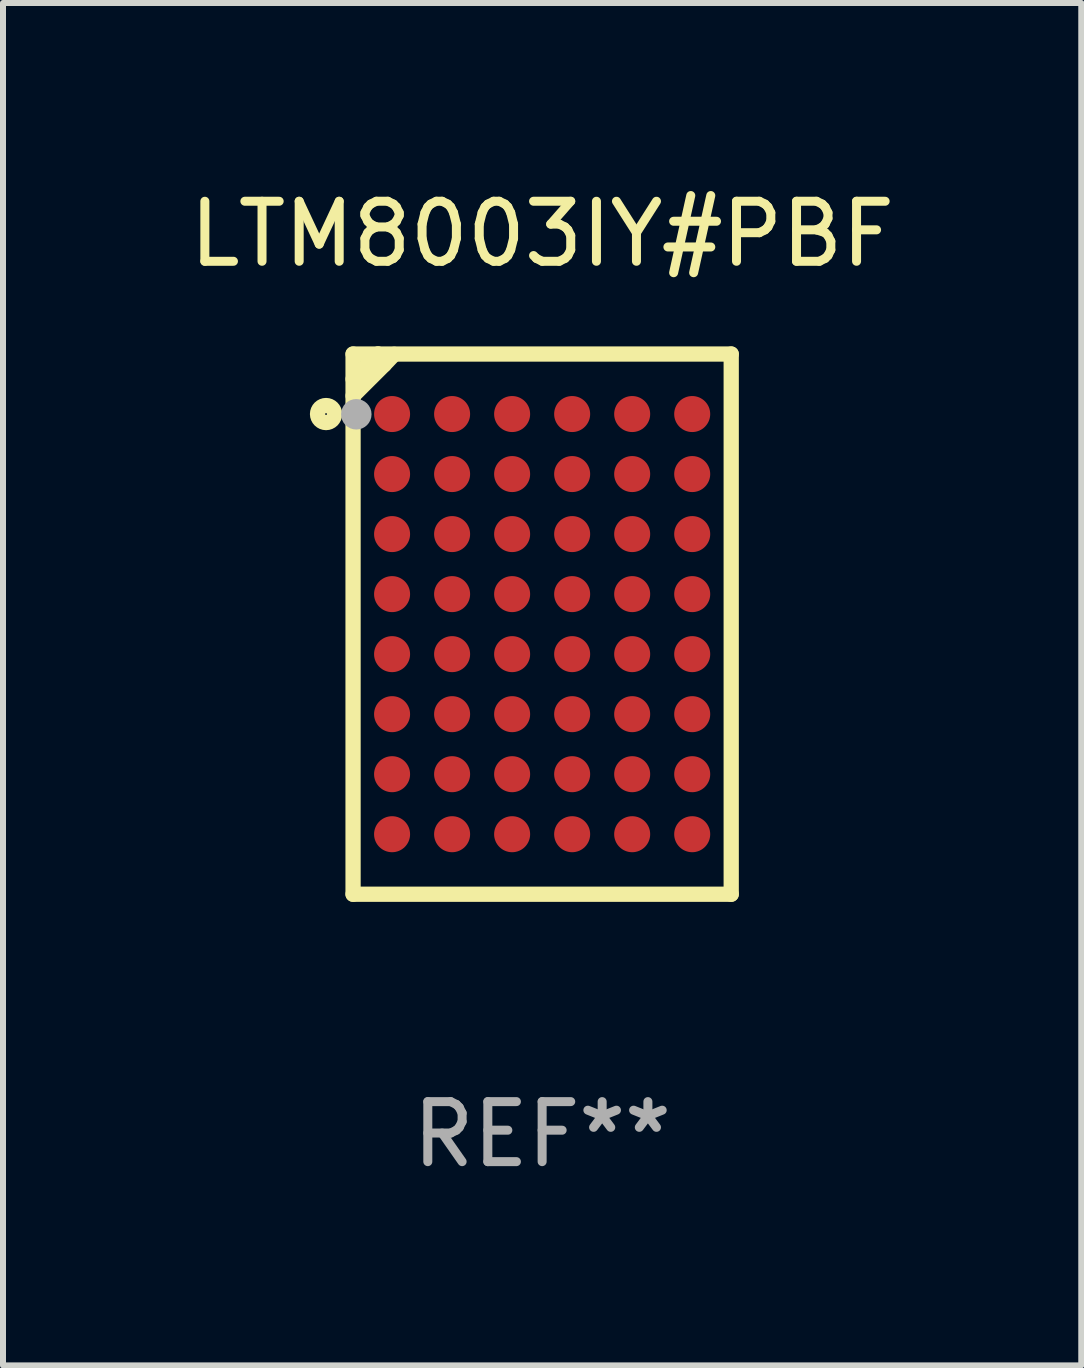
<source format=kicad_pcb>
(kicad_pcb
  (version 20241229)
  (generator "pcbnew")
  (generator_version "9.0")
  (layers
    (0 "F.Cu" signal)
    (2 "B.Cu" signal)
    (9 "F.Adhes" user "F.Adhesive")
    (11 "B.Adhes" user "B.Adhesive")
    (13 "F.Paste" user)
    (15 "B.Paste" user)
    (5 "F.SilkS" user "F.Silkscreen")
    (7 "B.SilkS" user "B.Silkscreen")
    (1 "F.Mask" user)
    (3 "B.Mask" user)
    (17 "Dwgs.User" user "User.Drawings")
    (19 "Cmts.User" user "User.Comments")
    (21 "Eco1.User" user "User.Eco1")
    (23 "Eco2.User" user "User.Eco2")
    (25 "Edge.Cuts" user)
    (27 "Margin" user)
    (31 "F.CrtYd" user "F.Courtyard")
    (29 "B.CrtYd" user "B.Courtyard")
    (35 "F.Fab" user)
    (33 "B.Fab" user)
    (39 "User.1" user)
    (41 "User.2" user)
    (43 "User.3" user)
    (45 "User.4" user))
  (footprint "LTM8003IY#PBF"
    (layer "F.Cu")
    (at 5.982 7.348)
    (property "Reference" "LTM8003IY#PBF" (at 0 -6.5 0) (layer "F.SilkS") (effects (font (size 1 1) (thickness 0.15))))
    (attr through_hole)
    (fp_line (start -3.15 -4.5) (end -3.15 4.5) (stroke (width 0.254) (type solid)) (layer "F.SilkS"))
    (fp_line (start -2.734 -4.5) (end -2.734 -4.499) (stroke (width 0.254) (type solid)) (layer "F.SilkS"))
    (fp_line (start -2.734 -4.499) (end -3.15 -4.082) (stroke (width 0.254) (type solid)) (layer "F.SilkS"))
    (fp_line (start -2.631 -4.321) (end -3.15 -3.803) (stroke (width 0.254) (type solid)) (layer "F.SilkS"))
    (fp_line (start -2.464 -4.496) (end -2.631 -4.321) (stroke (width 0.254) (type solid)) (layer "F.SilkS"))
    (fp_line (start 3.15 -4.5) (end -3.15 -4.5) (stroke (width 0.254) (type solid)) (layer "F.SilkS"))
    (fp_line (start 3.15 -4.5) (end 3.15 4.5) (stroke (width 0.254) (type solid)) (layer "F.SilkS"))
    (fp_line (start 3.15 4.5) (end -3.15 4.5) (stroke (width 0.254) (type solid)) (layer "F.SilkS"))
    (fp_circle (center -3.6 -3.5) (end -3.458 -3.5) (stroke (width 0.254) (type solid)) (fill no) (layer "F.SilkS"))
    (fp_circle (center -3.1 -4.45) (end -3.05 -4.45) (stroke (width 0.1) (type solid)) (fill no) (layer "F.SilkS"))
    (fp_circle (center -3.096 -3.496) (end -2.969 -3.496) (stroke (width 0.254) (type solid)) (fill no) (layer "F.Fab"))
    (fp_text user "REF**" (at 0 8.5 0) (layer "F.Fab") (effects (font (size 1 1) (thickness 0.15))))
    (pad "A1" smd circle (at -2.5 -3.5) (size 0.6 0.6) (layers "F.Cu" "F.Mask" "F.Paste"))
    (pad "A2" smd circle (at -1.5 -3.5) (size 0.6 0.6) (layers "F.Cu" "F.Mask" "F.Paste"))
    (pad "A3" smd circle (at -0.5 -3.5) (size 0.6 0.6) (layers "F.Cu" "F.Mask" "F.Paste"))
    (pad "A4" smd circle (at 0.5 -3.5) (size 0.6 0.6) (layers "F.Cu" "F.Mask" "F.Paste"))
    (pad "A5" smd circle (at 1.5 -3.5) (size 0.6 0.6) (layers "F.Cu" "F.Mask" "F.Paste"))
    (pad "A6" smd circle (at 2.5 -3.5) (size 0.6 0.6) (layers "F.Cu" "F.Mask" "F.Paste"))
    (pad "B1" smd circle (at -2.5 -2.5) (size 0.6 0.6) (layers "F.Cu" "F.Mask" "F.Paste"))
    (pad "B2" smd circle (at -1.5 -2.5) (size 0.6 0.6) (layers "F.Cu" "F.Mask" "F.Paste"))
    (pad "B3" smd circle (at -0.5 -2.5) (size 0.6 0.6) (layers "F.Cu" "F.Mask" "F.Paste"))
    (pad "B4" smd circle (at 0.5 -2.5) (size 0.6 0.6) (layers "F.Cu" "F.Mask" "F.Paste"))
    (pad "B5" smd circle (at 1.5 -2.5) (size 0.6 0.6) (layers "F.Cu" "F.Mask" "F.Paste"))
    (pad "B6" smd circle (at 2.5 -2.5) (size 0.6 0.6) (layers "F.Cu" "F.Mask" "F.Paste"))
    (pad "C1" smd circle (at -2.5 -1.5) (size 0.6 0.6) (layers "F.Cu" "F.Mask" "F.Paste"))
    (pad "C2" smd circle (at -1.5 -1.5) (size 0.6 0.6) (layers "F.Cu" "F.Mask" "F.Paste"))
    (pad "C3" smd circle (at -0.5 -1.5) (size 0.6 0.6) (layers "F.Cu" "F.Mask" "F.Paste"))
    (pad "C4" smd circle (at 0.5 -1.5) (size 0.6 0.6) (layers "F.Cu" "F.Mask" "F.Paste"))
    (pad "C5" smd circle (at 1.5 -1.5) (size 0.6 0.6) (layers "F.Cu" "F.Mask" "F.Paste"))
    (pad "C6" smd circle (at 2.5 -1.5) (size 0.6 0.6) (layers "F.Cu" "F.Mask" "F.Paste"))
    (pad "D1" smd circle (at -2.5 -0.5) (size 0.6 0.6) (layers "F.Cu" "F.Mask" "F.Paste"))
    (pad "D2" smd circle (at -1.5 -0.5) (size 0.6 0.6) (layers "F.Cu" "F.Mask" "F.Paste"))
    (pad "D3" smd circle (at -0.5 -0.5) (size 0.6 0.6) (layers "F.Cu" "F.Mask" "F.Paste"))
    (pad "D4" smd circle (at 0.5 -0.5) (size 0.6 0.6) (layers "F.Cu" "F.Mask" "F.Paste"))
    (pad "D5" smd circle (at 1.5 -0.5) (size 0.6 0.6) (layers "F.Cu" "F.Mask" "F.Paste"))
    (pad "D6" smd circle (at 2.5 -0.5) (size 0.6 0.6) (layers "F.Cu" "F.Mask" "F.Paste"))
    (pad "E1" smd circle (at -2.5 0.5) (size 0.6 0.6) (layers "F.Cu" "F.Mask" "F.Paste"))
    (pad "E2" smd circle (at -1.5 0.5) (size 0.6 0.6) (layers "F.Cu" "F.Mask" "F.Paste"))
    (pad "E3" smd circle (at -0.5 0.5) (size 0.6 0.6) (layers "F.Cu" "F.Mask" "F.Paste"))
    (pad "E4" smd circle (at 0.5 0.5) (size 0.6 0.6) (layers "F.Cu" "F.Mask" "F.Paste"))
    (pad "E5" smd circle (at 1.5 0.5) (size 0.6 0.6) (layers "F.Cu" "F.Mask" "F.Paste"))
    (pad "E6" smd circle (at 2.5 0.5) (size 0.6 0.6) (layers "F.Cu" "F.Mask" "F.Paste"))
    (pad "F1" smd circle (at -2.5 1.5) (size 0.6 0.6) (layers "F.Cu" "F.Mask" "F.Paste"))
    (pad "F2" smd circle (at -1.5 1.5) (size 0.6 0.6) (layers "F.Cu" "F.Mask" "F.Paste"))
    (pad "F3" smd circle (at -0.5 1.5) (size 0.6 0.6) (layers "F.Cu" "F.Mask" "F.Paste"))
    (pad "F4" smd circle (at 0.5 1.5) (size 0.6 0.6) (layers "F.Cu" "F.Mask" "F.Paste"))
    (pad "F5" smd circle (at 1.5 1.5) (size 0.6 0.6) (layers "F.Cu" "F.Mask" "F.Paste"))
    (pad "F6" smd circle (at 2.5 1.5) (size 0.6 0.6) (layers "F.Cu" "F.Mask" "F.Paste"))
    (pad "G1" smd circle (at -2.5 2.5) (size 0.6 0.6) (layers "F.Cu" "F.Mask" "F.Paste"))
    (pad "G2" smd circle (at -1.5 2.5) (size 0.6 0.6) (layers "F.Cu" "F.Mask" "F.Paste"))
    (pad "G3" smd circle (at -0.5 2.5) (size 0.6 0.6) (layers "F.Cu" "F.Mask" "F.Paste"))
    (pad "G4" smd circle (at 0.5 2.5) (size 0.6 0.6) (layers "F.Cu" "F.Mask" "F.Paste"))
    (pad "G5" smd circle (at 1.5 2.5) (size 0.6 0.6) (layers "F.Cu" "F.Mask" "F.Paste"))
    (pad "G6" smd circle (at 2.5 2.5) (size 0.6 0.6) (layers "F.Cu" "F.Mask" "F.Paste"))
    (pad "H1" smd circle (at -2.5 3.5) (size 0.6 0.6) (layers "F.Cu" "F.Mask" "F.Paste"))
    (pad "H2" smd circle (at -1.5 3.5) (size 0.6 0.6) (layers "F.Cu" "F.Mask" "F.Paste"))
    (pad "H3" smd circle (at -0.5 3.5) (size 0.6 0.6) (layers "F.Cu" "F.Mask" "F.Paste"))
    (pad "H4" smd circle (at 0.5 3.5) (size 0.6 0.6) (layers "F.Cu" "F.Mask" "F.Paste"))
    (pad "H5" smd circle (at 1.5 3.5) (size 0.6 0.6) (layers "F.Cu" "F.Mask" "F.Paste"))
    (pad "H6" smd circle (at 2.5 3.5) (size 0.6 0.6) (layers "F.Cu" "F.Mask" "F.Paste")))
  (gr_rect
    (start -3 -3)
    (end 14.964 19.697)
    (stroke (width 0.1) (type default))
    (fill no)
    (layer "Edge.Cuts")))
</source>
